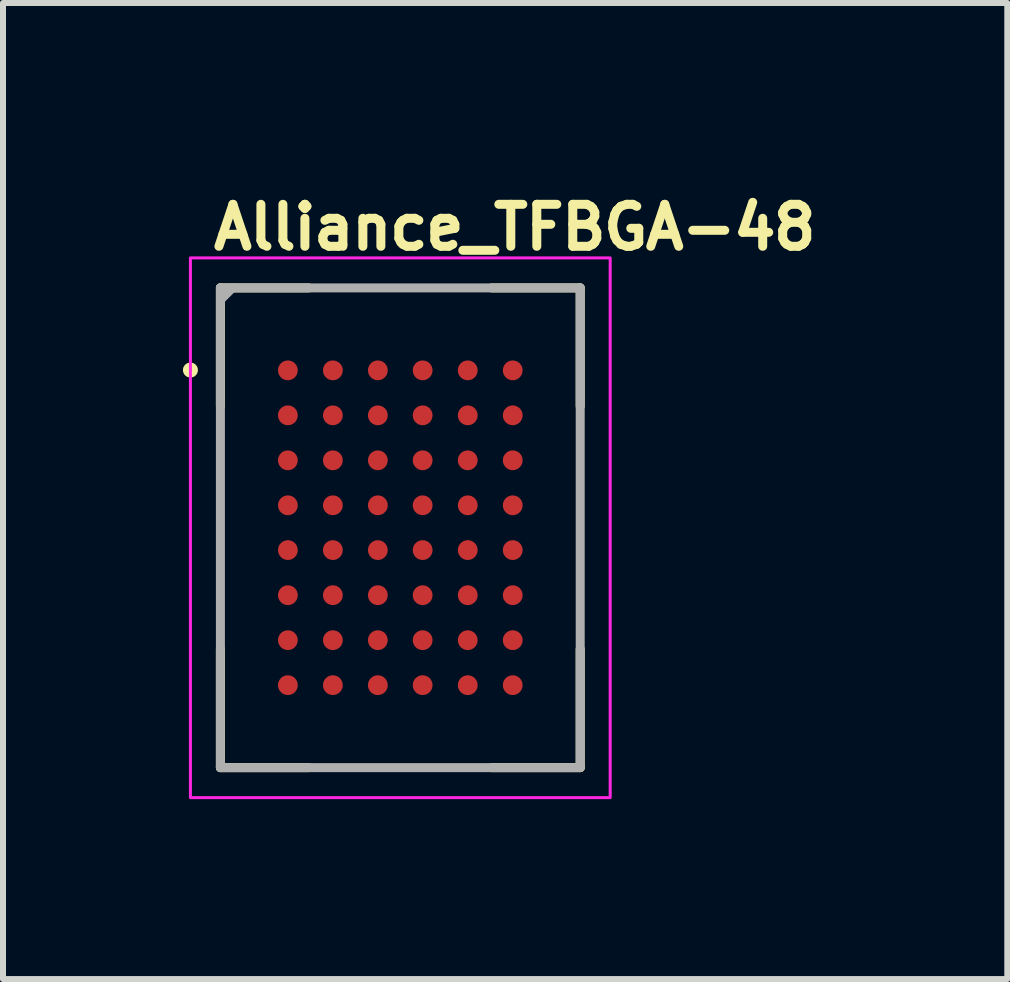
<source format=kicad_pcb>
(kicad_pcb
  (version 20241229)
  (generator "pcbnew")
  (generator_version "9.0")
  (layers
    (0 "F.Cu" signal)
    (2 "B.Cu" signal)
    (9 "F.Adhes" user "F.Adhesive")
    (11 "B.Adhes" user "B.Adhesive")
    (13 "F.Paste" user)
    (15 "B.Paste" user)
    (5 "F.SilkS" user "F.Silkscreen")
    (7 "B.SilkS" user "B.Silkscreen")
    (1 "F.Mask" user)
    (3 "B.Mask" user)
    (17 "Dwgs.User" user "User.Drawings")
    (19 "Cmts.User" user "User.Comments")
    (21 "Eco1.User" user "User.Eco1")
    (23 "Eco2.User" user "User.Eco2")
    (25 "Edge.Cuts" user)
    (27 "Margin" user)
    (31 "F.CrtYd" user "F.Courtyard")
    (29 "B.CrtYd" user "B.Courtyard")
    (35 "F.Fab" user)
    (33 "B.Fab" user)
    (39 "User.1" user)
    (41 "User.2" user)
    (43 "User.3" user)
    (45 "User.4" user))
  (footprint "Alliance_TFBGA-48"
    (layer "F.Cu")
    (at 3.625 5.75)
    (property "Reference" "Alliance_TFBGA-48" (at -3.19 -4.6 0) (layer "F.SilkS") (effects (font (size 0.7 0.7) (thickness 0.15)) (justify left bottom)))
    (attr smd)
    (fp_line (start -3 -4) (end -3 -2.025) (stroke (width 0.15) (type solid)) (layer "F.SilkS"))
    (fp_line (start -3 -4) (end -1.526 -4) (stroke (width 0.15) (type solid)) (layer "F.SilkS"))
    (fp_line (start -3 3.999) (end -3 2.023) (stroke (width 0.15) (type solid)) (layer "F.SilkS"))
    (fp_line (start -3 3.999) (end -1.526 3.999) (stroke (width 0.15) (type solid)) (layer "F.SilkS"))
    (fp_line (start 2.999 -4) (end 1.523 -4) (stroke (width 0.15) (type solid)) (layer "F.SilkS"))
    (fp_line (start 2.999 -4) (end 2.999 -2.025) (stroke (width 0.15) (type solid)) (layer "F.SilkS"))
    (fp_line (start 2.999 3.999) (end 1.523 3.999) (stroke (width 0.15) (type solid)) (layer "F.SilkS"))
    (fp_line (start 2.999 3.999) (end 2.999 2.023) (stroke (width 0.15) (type solid)) (layer "F.SilkS"))
    (fp_circle (center -3.5 -2.63) (end -3.45 -2.63) (stroke (width 0.15) (type solid)) (fill yes) (layer "F.SilkS"))
    (fp_rect (start -3.5 -4.5) (end 3.499 4.499) (stroke (width 0.05) (type solid)) (fill no) (layer "F.CrtYd"))
    (fp_line (start -3 -3.8) (end -2.8 -4) (stroke (width 0.15) (type solid)) (layer "F.Fab"))
    (fp_line (start -3 3.999) (end -3 -4) (stroke (width 0.15) (type solid)) (layer "F.Fab"))
    (fp_line (start 2.999 -4) (end -3 -4) (stroke (width 0.15) (type solid)) (layer "F.Fab"))
    (fp_line (start 2.999 3.999) (end -3 3.999) (stroke (width 0.15) (type solid)) (layer "F.Fab"))
    (fp_line (start 2.999 3.999) (end 2.999 -4) (stroke (width 0.15) (type solid)) (layer "F.Fab"))
    (fp_rect (start -3 -4) (end 2.999 3.999) (stroke (width 0.1) (type solid)) (fill no) (layer "User.5"))
    (fp_line (start -3 -3.963) (end -3 -3.962) (stroke (width 0.02) (type solid)) (layer "User.9"))
    (fp_line (start -3 -3.963) (end -3 -3.962) (stroke (width 0.02) (type solid)) (layer "User.9"))
    (fp_line (start -3 -3.962) (end -3 -3.959) (stroke (width 0.02) (type solid)) (layer "User.9"))
    (fp_line (start -3 -3.962) (end -3 -3.959) (stroke (width 0.02) (type solid)) (layer "User.9"))
    (fp_line (start -3 -3.959) (end -3 -3.956) (stroke (width 0.02) (type solid)) (layer "User.9"))
    (fp_line (start -3 -3.959) (end -3 -3.956) (stroke (width 0.02) (type solid)) (layer "User.9"))
    (fp_line (start -3 -3.956) (end -3 -3.954) (stroke (width 0.02) (type solid)) (layer "User.9"))
    (fp_line (start -3 -3.956) (end -3 -3.954) (stroke (width 0.02) (type solid)) (layer "User.9"))
    (fp_line (start -3 -3.954) (end -3 -3.951) (stroke (width 0.02) (type solid)) (layer "User.9"))
    (fp_line (start -3 -3.954) (end -3 -3.951) (stroke (width 0.02) (type solid)) (layer "User.9"))
    (fp_line (start -3 -3.951) (end -3 3.95) (stroke (width 0.02) (type solid)) (layer "User.9"))
    (fp_line (start -3 3.95) (end -3 -3.951) (stroke (width 0.02) (type solid)) (layer "User.9"))
    (fp_line (start -3 3.95) (end -3 3.951) (stroke (width 0.02) (type solid)) (layer "User.9"))
    (fp_line (start -3 3.951) (end -3 3.954) (stroke (width 0.02) (type solid)) (layer "User.9"))
    (fp_line (start -3 3.954) (end -3 3.957) (stroke (width 0.02) (type solid)) (layer "User.9"))
    (fp_line (start -3 3.957) (end -3 3.959) (stroke (width 0.02) (type solid)) (layer "User.9"))
    (fp_line (start -3 3.959) (end -3 3.962) (stroke (width 0.02) (type solid)) (layer "User.9"))
    (fp_line (start -3 3.962) (end -2.999 3.963) (stroke (width 0.02) (type solid)) (layer "User.9"))
    (fp_line (start -2.999 -3.966) (end -3 -3.963) (stroke (width 0.02) (type solid)) (layer "User.9"))
    (fp_line (start -2.999 -3.966) (end -3 -3.963) (stroke (width 0.02) (type solid)) (layer "User.9"))
    (fp_line (start -2.999 3.963) (end -2.997 3.966) (stroke (width 0.02) (type solid)) (layer "User.9"))
    (fp_line (start -2.997 -3.971) (end -2.997 -3.968) (stroke (width 0.02) (type solid)) (layer "User.9"))
    (fp_line (start -2.997 -3.971) (end -2.997 -3.968) (stroke (width 0.02) (type solid)) (layer "User.9"))
    (fp_line (start -2.997 -3.968) (end -2.999 -3.966) (stroke (width 0.02) (type solid)) (layer "User.9"))
    (fp_line (start -2.997 -3.968) (end -2.999 -3.966) (stroke (width 0.02) (type solid)) (layer "User.9"))
    (fp_line (start -2.997 3.966) (end -2.997 3.968) (stroke (width 0.02) (type solid)) (layer "User.9"))
    (fp_line (start -2.997 3.968) (end -2.996 3.971) (stroke (width 0.02) (type solid)) (layer "User.9"))
    (fp_line (start -2.996 -3.972) (end -2.997 -3.971) (stroke (width 0.02) (type solid)) (layer "User.9"))
    (fp_line (start -2.996 -3.972) (end -2.997 -3.971) (stroke (width 0.02) (type solid)) (layer "User.9"))
    (fp_line (start -2.996 3.971) (end -2.995 3.972) (stroke (width 0.02) (type solid)) (layer "User.9"))
    (fp_line (start -2.995 -3.975) (end -2.996 -3.972) (stroke (width 0.02) (type solid)) (layer "User.9"))
    (fp_line (start -2.995 -3.975) (end -2.996 -3.972) (stroke (width 0.02) (type solid)) (layer "User.9"))
    (fp_line (start -2.995 3.972) (end -2.993 3.975) (stroke (width 0.02) (type solid)) (layer "User.9"))
    (fp_line (start -2.993 -3.976) (end -2.995 -3.975) (stroke (width 0.02) (type solid)) (layer "User.9"))
    (fp_line (start -2.993 -3.976) (end -2.995 -3.975) (stroke (width 0.02) (type solid)) (layer "User.9"))
    (fp_line (start -2.993 3.975) (end -2.992 3.976) (stroke (width 0.02) (type solid)) (layer "User.9"))
    (fp_line (start -2.992 -3.98) (end -2.992 -3.979) (stroke (width 0.02) (type solid)) (layer "User.9"))
    (fp_line (start -2.992 -3.98) (end -2.992 -3.979) (stroke (width 0.02) (type solid)) (layer "User.9"))
    (fp_line (start -2.992 -3.979) (end -2.993 -3.976) (stroke (width 0.02) (type solid)) (layer "User.9"))
    (fp_line (start -2.992 -3.979) (end -2.993 -3.976) (stroke (width 0.02) (type solid)) (layer "User.9"))
    (fp_line (start -2.992 3.976) (end -2.992 3.979) (stroke (width 0.02) (type solid)) (layer "User.9"))
    (fp_line (start -2.992 3.979) (end -2.989 3.98) (stroke (width 0.02) (type solid)) (layer "User.9"))
    (fp_line (start -2.989 -3.983) (end -2.992 -3.98) (stroke (width 0.02) (type solid)) (layer "User.9"))
    (fp_line (start -2.989 -3.983) (end -2.992 -3.98) (stroke (width 0.02) (type solid)) (layer "User.9"))
    (fp_line (start -2.989 3.98) (end -2.988 3.983) (stroke (width 0.02) (type solid)) (layer "User.9"))
    (fp_line (start -2.988 -3.984) (end -2.989 -3.983) (stroke (width 0.02) (type solid)) (layer "User.9"))
    (fp_line (start -2.988 -3.984) (end -2.989 -3.983) (stroke (width 0.02) (type solid)) (layer "User.9"))
    (fp_line (start -2.988 3.983) (end -2.987 3.984) (stroke (width 0.02) (type solid)) (layer "User.9"))
    (fp_line (start -2.987 -3.987) (end -2.988 -3.984) (stroke (width 0.02) (type solid)) (layer "User.9"))
    (fp_line (start -2.987 -3.987) (end -2.988 -3.984) (stroke (width 0.02) (type solid)) (layer "User.9"))
    (fp_line (start -2.987 3.984) (end -2.984 3.987) (stroke (width 0.02) (type solid)) (layer "User.9"))
    (fp_line (start -2.984 -3.988) (end -2.987 -3.987) (stroke (width 0.02) (type solid)) (layer "User.9"))
    (fp_line (start -2.984 -3.988) (end -2.987 -3.987) (stroke (width 0.02) (type solid)) (layer "User.9"))
    (fp_line (start -2.984 3.987) (end -2.983 3.987) (stroke (width 0.02) (type solid)) (layer "User.9"))
    (fp_line (start -2.983 -3.989) (end -2.984 -3.988) (stroke (width 0.02) (type solid)) (layer "User.9"))
    (fp_line (start -2.983 -3.989) (end -2.984 -3.988) (stroke (width 0.02) (type solid)) (layer "User.9"))
    (fp_line (start -2.983 3.987) (end -2.98 3.99) (stroke (width 0.02) (type solid)) (layer "User.9"))
    (fp_line (start -2.98 -3.992) (end -2.983 -3.989) (stroke (width 0.02) (type solid)) (layer "User.9"))
    (fp_line (start -2.98 -3.992) (end -2.983 -3.989) (stroke (width 0.02) (type solid)) (layer "User.9"))
    (fp_line (start -2.98 3.99) (end -2.979 3.991) (stroke (width 0.02) (type solid)) (layer "User.9"))
    (fp_line (start -2.979 -3.992) (end -2.98 -3.992) (stroke (width 0.02) (type solid)) (layer "User.9"))
    (fp_line (start -2.979 -3.992) (end -2.98 -3.992) (stroke (width 0.02) (type solid)) (layer "User.9"))
    (fp_line (start -2.979 3.991) (end -2.976 3.991) (stroke (width 0.02) (type solid)) (layer "User.9"))
    (fp_line (start -2.976 -3.993) (end -2.979 -3.992) (stroke (width 0.02) (type solid)) (layer "User.9"))
    (fp_line (start -2.976 -3.993) (end -2.979 -3.992) (stroke (width 0.02) (type solid)) (layer "User.9"))
    (fp_line (start -2.976 3.991) (end -2.975 3.992) (stroke (width 0.02) (type solid)) (layer "User.9"))
    (fp_line (start -2.975 -3.995) (end -2.976 -3.993) (stroke (width 0.02) (type solid)) (layer "User.9"))
    (fp_line (start -2.975 -3.995) (end -2.976 -3.993) (stroke (width 0.02) (type solid)) (layer "User.9"))
    (fp_line (start -2.975 3.992) (end -2.972 3.995) (stroke (width 0.02) (type solid)) (layer "User.9"))
    (fp_line (start -2.972 -3.996) (end -2.975 -3.995) (stroke (width 0.02) (type solid)) (layer "User.9"))
    (fp_line (start -2.972 -3.996) (end -2.975 -3.995) (stroke (width 0.02) (type solid)) (layer "User.9"))
    (fp_line (start -2.972 3.995) (end -2.971 3.995) (stroke (width 0.02) (type solid)) (layer "User.9"))
    (fp_line (start -2.971 -3.997) (end -2.972 -3.996) (stroke (width 0.02) (type solid)) (layer "User.9"))
    (fp_line (start -2.971 -3.997) (end -2.972 -3.996) (stroke (width 0.02) (type solid)) (layer "User.9"))
    (fp_line (start -2.971 3.995) (end -2.968 3.995) (stroke (width 0.02) (type solid)) (layer "User.9"))
    (fp_line (start -2.968 -3.997) (end -2.971 -3.997) (stroke (width 0.02) (type solid)) (layer "User.9"))
    (fp_line (start -2.968 -3.997) (end -2.971 -3.997) (stroke (width 0.02) (type solid)) (layer "User.9"))
    (fp_line (start -2.968 3.995) (end -2.965 3.996) (stroke (width 0.02) (type solid)) (layer "User.9"))
    (fp_line (start -2.965 -3.999) (end -2.968 -3.997) (stroke (width 0.02) (type solid)) (layer "User.9"))
    (fp_line (start -2.965 -3.999) (end -2.968 -3.997) (stroke (width 0.02) (type solid)) (layer "User.9"))
    (fp_line (start -2.965 3.996) (end -2.964 3.998) (stroke (width 0.02) (type solid)) (layer "User.9"))
    (fp_line (start -2.964 -4) (end -2.965 -3.999) (stroke (width 0.02) (type solid)) (layer "User.9"))
    (fp_line (start -2.964 -4) (end -2.965 -3.999) (stroke (width 0.02) (type solid)) (layer "User.9"))
    (fp_line (start -2.964 3.998) (end -2.961 3.998) (stroke (width 0.02) (type solid)) (layer "User.9"))
    (fp_line (start -2.961 -4) (end -2.964 -4) (stroke (width 0.02) (type solid)) (layer "User.9"))
    (fp_line (start -2.961 -4) (end -2.964 -4) (stroke (width 0.02) (type solid)) (layer "User.9"))
    (fp_line (start -2.961 3.998) (end -2.959 3.999) (stroke (width 0.02) (type solid)) (layer "User.9"))
    (fp_line (start -2.959 -4) (end -2.961 -4) (stroke (width 0.02) (type solid)) (layer "User.9"))
    (fp_line (start -2.959 -4) (end -2.961 -4) (stroke (width 0.02) (type solid)) (layer "User.9"))
    (fp_line (start -2.959 3.999) (end -2.956 3.999) (stroke (width 0.02) (type solid)) (layer "User.9"))
    (fp_line (start -2.956 -4) (end -2.959 -4) (stroke (width 0.02) (type solid)) (layer "User.9"))
    (fp_line (start -2.956 -4) (end -2.959 -4) (stroke (width 0.02) (type solid)) (layer "User.9"))
    (fp_line (start -2.956 3.999) (end -2.953 3.999) (stroke (width 0.02) (type solid)) (layer "User.9"))
    (fp_line (start -2.953 -4) (end -2.956 -4) (stroke (width 0.02) (type solid)) (layer "User.9"))
    (fp_line (start -2.953 -4) (end -2.956 -4) (stroke (width 0.02) (type solid)) (layer "User.9"))
    (fp_line (start -2.953 3.999) (end -2.952 3.999) (stroke (width 0.02) (type solid)) (layer "User.9"))
    (fp_line (start -2.952 -4) (end -2.953 -4) (stroke (width 0.02) (type solid)) (layer "User.9"))
    (fp_line (start -2.952 -4) (end -2.953 -4) (stroke (width 0.02) (type solid)) (layer "User.9"))
    (fp_line (start -2.952 -4) (end 2.95 -4) (stroke (width 0.02) (type solid)) (layer "User.9"))
    (fp_line (start -2.301 -3.016) (end -2.299 -3.032) (stroke (width 0.02) (type solid)) (layer "User.9"))
    (fp_line (start -2.301 -3) (end -2.301 -3.016) (stroke (width 0.02) (type solid)) (layer "User.9"))
    (fp_line (start -2.301 -3) (end -2.301 -3) (stroke (width 0.02) (type solid)) (layer "User.9"))
    (fp_line (start -2.301 -2.985) (end -2.301 -3) (stroke (width 0.02) (type solid)) (layer "User.9"))
    (fp_line (start -2.299 -3.032) (end -2.298 -3.047) (stroke (width 0.02) (type solid)) (layer "User.9"))
    (fp_line (start -2.299 -2.971) (end -2.301 -2.985) (stroke (width 0.02) (type solid)) (layer "User.9"))
    (fp_line (start -2.298 -3.047) (end -2.294 -3.061) (stroke (width 0.02) (type solid)) (layer "User.9"))
    (fp_line (start -2.298 -2.956) (end -2.299 -2.971) (stroke (width 0.02) (type solid)) (layer "User.9"))
    (fp_line (start -2.294 -3.061) (end -2.291 -3.076) (stroke (width 0.02) (type solid)) (layer "User.9"))
    (fp_line (start -2.294 -2.94) (end -2.298 -2.956) (stroke (width 0.02) (type solid)) (layer "User.9"))
    (fp_line (start -2.291 -3.076) (end -2.287 -3.09) (stroke (width 0.02) (type solid)) (layer "User.9"))
    (fp_line (start -2.291 -2.927) (end -2.294 -2.94) (stroke (width 0.02) (type solid)) (layer "User.9"))
    (fp_line (start -2.287 -3.09) (end -2.282 -3.105) (stroke (width 0.02) (type solid)) (layer "User.9"))
    (fp_line (start -2.287 -2.911) (end -2.291 -2.927) (stroke (width 0.02) (type solid)) (layer "User.9"))
    (fp_line (start -2.282 -3.105) (end -2.278 -3.117) (stroke (width 0.02) (type solid)) (layer "User.9"))
    (fp_line (start -2.282 -2.898) (end -2.287 -2.911) (stroke (width 0.02) (type solid)) (layer "User.9"))
    (fp_line (start -2.278 -3.117) (end -2.271 -3.132) (stroke (width 0.02) (type solid)) (layer "User.9"))
    (fp_line (start -2.278 -2.884) (end -2.282 -2.898) (stroke (width 0.02) (type solid)) (layer "User.9"))
    (fp_line (start -2.271 -3.132) (end -2.265 -3.144) (stroke (width 0.02) (type solid)) (layer "User.9"))
    (fp_line (start -2.271 -2.871) (end -2.278 -2.884) (stroke (width 0.02) (type solid)) (layer "User.9"))
    (fp_line (start -2.265 -3.144) (end -2.258 -3.157) (stroke (width 0.02) (type solid)) (layer "User.9"))
    (fp_line (start -2.265 -2.859) (end -2.271 -2.871) (stroke (width 0.02) (type solid)) (layer "User.9"))
    (fp_line (start -2.258 -3.157) (end -2.25 -3.169) (stroke (width 0.02) (type solid)) (layer "User.9"))
    (fp_line (start -2.258 -2.846) (end -2.265 -2.859) (stroke (width 0.02) (type solid)) (layer "User.9"))
    (fp_line (start -2.25 -3.169) (end -2.242 -3.181) (stroke (width 0.02) (type solid)) (layer "User.9"))
    (fp_line (start -2.25 -3.017) (end -2.25 -3) (stroke (width 0.02) (type solid)) (layer "User.9"))
    (fp_line (start -2.25 -3) (end -2.25 -2.984) (stroke (width 0.02) (type solid)) (layer "User.9"))
    (fp_line (start -2.25 -2.984) (end -2.249 -2.968) (stroke (width 0.02) (type solid)) (layer "User.9"))
    (fp_line (start -2.25 -2.834) (end -2.258 -2.846) (stroke (width 0.02) (type solid)) (layer "User.9"))
    (fp_line (start -2.249 -3.033) (end -2.25 -3.017) (stroke (width 0.02) (type solid)) (layer "User.9"))
    (fp_line (start -2.249 -2.968) (end -2.246 -2.952) (stroke (width 0.02) (type solid)) (layer "User.9"))
    (fp_line (start -2.246 -3.049) (end -2.249 -3.033) (stroke (width 0.02) (type solid)) (layer "User.9"))
    (fp_line (start -2.246 -2.952) (end -2.242 -2.936) (stroke (width 0.02) (type solid)) (layer "User.9"))
    (fp_line (start -2.242 -3.181) (end -2.233 -3.192) (stroke (width 0.02) (type solid)) (layer "User.9"))
    (fp_line (start -2.242 -3.065) (end -2.246 -3.049) (stroke (width 0.02) (type solid)) (layer "User.9"))
    (fp_line (start -2.242 -2.936) (end -2.238 -2.922) (stroke (width 0.02) (type solid)) (layer "User.9"))
    (fp_line (start -2.242 -2.822) (end -2.25 -2.834) (stroke (width 0.02) (type solid)) (layer "User.9"))
    (fp_line (start -2.238 -3.081) (end -2.242 -3.065) (stroke (width 0.02) (type solid)) (layer "User.9"))
    (fp_line (start -2.238 -2.922) (end -2.233 -2.906) (stroke (width 0.02) (type solid)) (layer "User.9"))
    (fp_line (start -2.233 -3.192) (end -2.222 -3.202) (stroke (width 0.02) (type solid)) (layer "User.9"))
    (fp_line (start -2.233 -3.097) (end -2.238 -3.081) (stroke (width 0.02) (type solid)) (layer "User.9"))
    (fp_line (start -2.233 -2.906) (end -2.226 -2.891) (stroke (width 0.02) (type solid)) (layer "User.9"))
    (fp_line (start -2.233 -2.81) (end -2.242 -2.822) (stroke (width 0.02) (type solid)) (layer "User.9"))
    (fp_line (start -2.226 -3.112) (end -2.233 -3.097) (stroke (width 0.02) (type solid)) (layer "User.9"))
    (fp_line (start -2.226 -2.891) (end -2.218 -2.875) (stroke (width 0.02) (type solid)) (layer "User.9"))
    (fp_line (start -2.222 -3.202) (end -2.214 -3.214) (stroke (width 0.02) (type solid)) (layer "User.9"))
    (fp_line (start -2.222 -2.799) (end -2.233 -2.81) (stroke (width 0.02) (type solid)) (layer "User.9"))
    (fp_line (start -2.218 -3.125) (end -2.226 -3.112) (stroke (width 0.02) (type solid)) (layer "User.9"))
    (fp_line (start -2.218 -3.125) (end -2.218 -3.125) (stroke (width 0.02) (type solid)) (layer "User.9"))
    (fp_line (start -2.218 -2.875) (end -2.218 -2.875) (stroke (width 0.02) (type solid)) (layer "User.9"))
    (fp_line (start -2.218 -2.875) (end -2.214 -2.868) (stroke (width 0.02) (type solid)) (layer "User.9"))
    (fp_line (start -2.214 -3.214) (end -2.202 -3.223) (stroke (width 0.02) (type solid)) (layer "User.9"))
    (fp_line (start -2.214 -2.868) (end -2.209 -2.862) (stroke (width 0.02) (type solid)) (layer "User.9"))
    (fp_line (start -2.214 -2.789) (end -2.222 -2.799) (stroke (width 0.02) (type solid)) (layer "User.9"))
    (fp_line (start -2.209 -3.141) (end -2.218 -3.125) (stroke (width 0.02) (type solid)) (layer "User.9"))
    (fp_line (start -2.209 -2.862) (end -2.203 -2.855) (stroke (width 0.02) (type solid)) (layer "User.9"))
    (fp_line (start -2.203 -2.855) (end -2.199 -2.848) (stroke (width 0.02) (type solid)) (layer "User.9"))
    (fp_line (start -2.202 -3.223) (end -2.191 -3.233) (stroke (width 0.02) (type solid)) (layer "User.9"))
    (fp_line (start -2.202 -2.778) (end -2.214 -2.789) (stroke (width 0.02) (type solid)) (layer "User.9"))
    (fp_line (start -2.199 -3.153) (end -2.209 -3.141) (stroke (width 0.02) (type solid)) (layer "User.9"))
    (fp_line (start -2.199 -2.848) (end -2.194 -2.842) (stroke (width 0.02) (type solid)) (layer "User.9"))
    (fp_line (start -2.194 -2.842) (end -2.189 -2.835) (stroke (width 0.02) (type solid)) (layer "User.9"))
    (fp_line (start -2.191 -3.233) (end -2.181 -3.242) (stroke (width 0.02) (type solid)) (layer "User.9"))
    (fp_line (start -2.191 -2.77) (end -2.202 -2.778) (stroke (width 0.02) (type solid)) (layer "User.9"))
    (fp_line (start -2.189 -3.166) (end -2.199 -3.153) (stroke (width 0.02) (type solid)) (layer "User.9"))
    (fp_line (start -2.189 -2.835) (end -2.183 -2.83) (stroke (width 0.02) (type solid)) (layer "User.9"))
    (fp_line (start -2.183 -2.83) (end -2.178 -2.823) (stroke (width 0.02) (type solid)) (layer "User.9"))
    (fp_line (start -2.181 -3.242) (end -2.169 -3.25) (stroke (width 0.02) (type solid)) (layer "User.9"))
    (fp_line (start -2.181 -2.761) (end -2.191 -2.77) (stroke (width 0.02) (type solid)) (layer "User.9"))
    (fp_line (start -2.178 -3.178) (end -2.189 -3.166) (stroke (width 0.02) (type solid)) (layer "User.9"))
    (fp_line (start -2.178 -2.823) (end -2.172 -2.819) (stroke (width 0.02) (type solid)) (layer "User.9"))
    (fp_line (start -2.172 -2.819) (end -2.165 -2.813) (stroke (width 0.02) (type solid)) (layer "User.9"))
    (fp_line (start -2.169 -3.25) (end -2.157 -3.258) (stroke (width 0.02) (type solid)) (layer "User.9"))
    (fp_line (start -2.169 -2.753) (end -2.181 -2.761) (stroke (width 0.02) (type solid)) (layer "User.9"))
    (fp_line (start -2.165 -3.189) (end -2.178 -3.178) (stroke (width 0.02) (type solid)) (layer "User.9"))
    (fp_line (start -2.165 -2.813) (end -2.16 -2.807) (stroke (width 0.02) (type solid)) (layer "User.9"))
    (fp_line (start -2.16 -2.807) (end -2.153 -2.802) (stroke (width 0.02) (type solid)) (layer "User.9"))
    (fp_line (start -2.157 -3.258) (end -2.144 -3.265) (stroke (width 0.02) (type solid)) (layer "User.9"))
    (fp_line (start -2.157 -2.745) (end -2.169 -2.753) (stroke (width 0.02) (type solid)) (layer "User.9"))
    (fp_line (start -2.153 -3.2) (end -2.165 -3.189) (stroke (width 0.02) (type solid)) (layer "User.9"))
    (fp_line (start -2.153 -2.802) (end -2.146 -2.798) (stroke (width 0.02) (type solid)) (layer "User.9"))
    (fp_line (start -2.146 -2.798) (end -2.14 -2.794) (stroke (width 0.02) (type solid)) (layer "User.9"))
    (fp_line (start -2.144 -3.265) (end -2.132 -3.271) (stroke (width 0.02) (type solid)) (layer "User.9"))
    (fp_line (start -2.144 -2.738) (end -2.157 -2.745) (stroke (width 0.02) (type solid)) (layer "User.9"))
    (fp_line (start -2.14 -3.209) (end -2.153 -3.2) (stroke (width 0.02) (type solid)) (layer "User.9"))
    (fp_line (start -2.14 -2.794) (end -2.133 -2.789) (stroke (width 0.02) (type solid)) (layer "User.9"))
    (fp_line (start -2.133 -2.789) (end -2.125 -2.785) (stroke (width 0.02) (type solid)) (layer "User.9"))
    (fp_line (start -2.132 -3.271) (end -2.117 -3.278) (stroke (width 0.02) (type solid)) (layer "User.9"))
    (fp_line (start -2.132 -2.73) (end -2.144 -2.738) (stroke (width 0.02) (type solid)) (layer "User.9"))
    (fp_line (start -2.125 -3.218) (end -2.14 -3.209) (stroke (width 0.02) (type solid)) (layer "User.9"))
    (fp_line (start -2.125 -2.785) (end -2.118 -2.781) (stroke (width 0.02) (type solid)) (layer "User.9"))
    (fp_line (start -2.118 -2.781) (end -2.112 -2.777) (stroke (width 0.02) (type solid)) (layer "User.9"))
    (fp_line (start -2.117 -3.278) (end -2.105 -3.282) (stroke (width 0.02) (type solid)) (layer "User.9"))
    (fp_line (start -2.117 -2.725) (end -2.132 -2.73) (stroke (width 0.02) (type solid)) (layer "User.9"))
    (fp_line (start -2.112 -3.226) (end -2.125 -3.218) (stroke (width 0.02) (type solid)) (layer "User.9"))
    (fp_line (start -2.112 -2.777) (end -2.105 -2.774) (stroke (width 0.02) (type solid)) (layer "User.9"))
    (fp_line (start -2.105 -3.282) (end -2.09 -3.287) (stroke (width 0.02) (type solid)) (layer "User.9"))
    (fp_line (start -2.105 -2.774) (end -2.097 -2.77) (stroke (width 0.02) (type solid)) (layer "User.9"))
    (fp_line (start -2.105 -2.719) (end -2.117 -2.725) (stroke (width 0.02) (type solid)) (layer "User.9"))
    (fp_line (start -2.097 -3.231) (end -2.112 -3.226) (stroke (width 0.02) (type solid)) (layer "User.9"))
    (fp_line (start -2.097 -2.77) (end -2.089 -2.767) (stroke (width 0.02) (type solid)) (layer "User.9"))
    (fp_line (start -2.09 -3.287) (end -2.076 -3.291) (stroke (width 0.02) (type solid)) (layer "User.9"))
    (fp_line (start -2.09 -2.714) (end -2.105 -2.719) (stroke (width 0.02) (type solid)) (layer "User.9"))
    (fp_line (start -2.089 -2.767) (end -2.081 -2.765) (stroke (width 0.02) (type solid)) (layer "User.9"))
    (fp_line (start -2.081 -3.238) (end -2.097 -3.231) (stroke (width 0.02) (type solid)) (layer "User.9"))
    (fp_line (start -2.081 -2.765) (end -2.074 -2.762) (stroke (width 0.02) (type solid)) (layer "User.9"))
    (fp_line (start -2.076 -3.291) (end -2.061 -3.294) (stroke (width 0.02) (type solid)) (layer "User.9"))
    (fp_line (start -2.076 -2.71) (end -2.09 -2.714) (stroke (width 0.02) (type solid)) (layer "User.9"))
    (fp_line (start -2.074 -2.762) (end -2.066 -2.759) (stroke (width 0.02) (type solid)) (layer "User.9"))
    (fp_line (start -2.066 -3.242) (end -2.081 -3.238) (stroke (width 0.02) (type solid)) (layer "User.9"))
    (fp_line (start -2.066 -2.759) (end -2.058 -2.758) (stroke (width 0.02) (type solid)) (layer "User.9"))
    (fp_line (start -2.061 -3.294) (end -2.047 -3.298) (stroke (width 0.02) (type solid)) (layer "User.9"))
    (fp_line (start -2.061 -2.707) (end -2.076 -2.71) (stroke (width 0.02) (type solid)) (layer "User.9"))
    (fp_line (start -2.058 -2.758) (end -2.05 -2.755) (stroke (width 0.02) (type solid)) (layer "User.9"))
    (fp_line (start -2.05 -3.246) (end -2.066 -3.242) (stroke (width 0.02) (type solid)) (layer "User.9"))
    (fp_line (start -2.05 -2.755) (end -2.043 -2.754) (stroke (width 0.02) (type solid)) (layer "User.9"))
    (fp_line (start -2.047 -3.298) (end -2.032 -3.299) (stroke (width 0.02) (type solid)) (layer "User.9"))
    (fp_line (start -2.047 -2.705) (end -2.061 -2.707) (stroke (width 0.02) (type solid)) (layer "User.9"))
    (fp_line (start -2.043 -2.754) (end -2.035 -2.754) (stroke (width 0.02) (type solid)) (layer "User.9"))
    (fp_line (start -2.035 -3.249) (end -2.05 -3.246) (stroke (width 0.02) (type solid)) (layer "User.9"))
    (fp_line (start -2.035 -2.754) (end -2.025 -2.753) (stroke (width 0.02) (type solid)) (layer "User.9"))
    (fp_line (start -2.032 -3.299) (end -2.016 -3.301) (stroke (width 0.02) (type solid)) (layer "User.9"))
    (fp_line (start -2.032 -2.702) (end -2.047 -2.705) (stroke (width 0.02) (type solid)) (layer "User.9"))
    (fp_line (start -2.025 -2.753) (end -2.017 -2.751) (stroke (width 0.02) (type solid)) (layer "User.9"))
    (fp_line (start -2.017 -3.25) (end -2.035 -3.249) (stroke (width 0.02) (type solid)) (layer "User.9"))
    (fp_line (start -2.017 -2.751) (end -2.009 -2.751) (stroke (width 0.02) (type solid)) (layer "User.9"))
    (fp_line (start -2.016 -3.301) (end -2.001 -3.301) (stroke (width 0.02) (type solid)) (layer "User.9"))
    (fp_line (start -2.016 -2.702) (end -2.032 -2.702) (stroke (width 0.02) (type solid)) (layer "User.9"))
    (fp_line (start -2.009 -2.751) (end -2 -2.75) (stroke (width 0.02) (type solid)) (layer "User.9"))
    (fp_line (start -2 -3.301) (end -1.986 -3.301) (stroke (width 0.02) (type solid)) (layer "User.9"))
    (fp_line (start -2 -3.25) (end -2.017 -3.25) (stroke (width 0.02) (type solid)) (layer "User.9"))
    (fp_line (start -2 -2.75) (end -1.984 -2.751) (stroke (width 0.02) (type solid)) (layer "User.9"))
    (fp_line (start -2 -2.702) (end -2.016 -2.702) (stroke (width 0.02) (type solid)) (layer "User.9"))
    (fp_line (start -1.992 -3.25) (end -2 -3.25) (stroke (width 0.02) (type solid)) (layer "User.9"))
    (fp_line (start -1.986 -3.301) (end -1.97 -3.299) (stroke (width 0.02) (type solid)) (layer "User.9"))
    (fp_line (start -1.986 -2.702) (end -2 -2.702) (stroke (width 0.02) (type solid)) (layer "User.9"))
    (fp_line (start -1.984 -3.25) (end -1.992 -3.25) (stroke (width 0.02) (type solid)) (layer "User.9"))
    (fp_line (start -1.984 -2.751) (end -1.968 -2.754) (stroke (width 0.02) (type solid)) (layer "User.9"))
    (fp_line (start -1.976 -3.25) (end -1.984 -3.25) (stroke (width 0.02) (type solid)) (layer "User.9"))
    (fp_line (start -1.97 -3.299) (end -1.956 -3.298) (stroke (width 0.02) (type solid)) (layer "User.9"))
    (fp_line (start -1.97 -2.702) (end -1.986 -2.702) (stroke (width 0.02) (type solid)) (layer "User.9"))
    (fp_line (start -1.968 -3.249) (end -1.976 -3.25) (stroke (width 0.02) (type solid)) (layer "User.9"))
    (fp_line (start -1.968 -2.754) (end -1.952 -2.755) (stroke (width 0.02) (type solid)) (layer "User.9"))
    (fp_line (start -1.96 -3.247) (end -1.968 -3.249) (stroke (width 0.02) (type solid)) (layer "User.9"))
    (fp_line (start -1.956 -3.298) (end -1.94 -3.294) (stroke (width 0.02) (type solid)) (layer "User.9"))
    (fp_line (start -1.956 -2.705) (end -1.97 -2.702) (stroke (width 0.02) (type solid)) (layer "User.9"))
    (fp_line (start -1.952 -3.246) (end -1.96 -3.247) (stroke (width 0.02) (type solid)) (layer "User.9"))
    (fp_line (start -1.952 -2.755) (end -1.936 -2.759) (stroke (width 0.02) (type solid)) (layer "User.9"))
    (fp_line (start -1.944 -3.245) (end -1.952 -3.246) (stroke (width 0.02) (type solid)) (layer "User.9"))
    (fp_line (start -1.94 -3.294) (end -1.926 -3.291) (stroke (width 0.02) (type solid)) (layer "User.9"))
    (fp_line (start -1.94 -2.707) (end -1.956 -2.705) (stroke (width 0.02) (type solid)) (layer "User.9"))
    (fp_line (start -1.936 -3.242) (end -1.944 -3.245) (stroke (width 0.02) (type solid)) (layer "User.9"))
    (fp_line (start -1.936 -2.759) (end -1.92 -2.765) (stroke (width 0.02) (type solid)) (layer "User.9"))
    (fp_line (start -1.928 -3.241) (end -1.936 -3.242) (stroke (width 0.02) (type solid)) (layer "User.9"))
    (fp_line (start -1.926 -3.291) (end -1.911 -3.287) (stroke (width 0.02) (type solid)) (layer "User.9"))
    (fp_line (start -1.926 -2.71) (end -1.94 -2.707) (stroke (width 0.02) (type solid)) (layer "User.9"))
    (fp_line (start -1.92 -3.238) (end -1.928 -3.241) (stroke (width 0.02) (type solid)) (layer "User.9"))
    (fp_line (start -1.92 -2.765) (end -1.905 -2.77) (stroke (width 0.02) (type solid)) (layer "User.9"))
    (fp_line (start -1.913 -3.234) (end -1.92 -3.238) (stroke (width 0.02) (type solid)) (layer "User.9"))
    (fp_line (start -1.911 -3.287) (end -1.897 -3.282) (stroke (width 0.02) (type solid)) (layer "User.9"))
    (fp_line (start -1.911 -2.714) (end -1.926 -2.71) (stroke (width 0.02) (type solid)) (layer "User.9"))
    (fp_line (start -1.905 -3.231) (end -1.913 -3.234) (stroke (width 0.02) (type solid)) (layer "User.9"))
    (fp_line (start -1.905 -2.77) (end -1.891 -2.777) (stroke (width 0.02) (type solid)) (layer "User.9"))
    (fp_line (start -1.897 -3.282) (end -1.885 -3.278) (stroke (width 0.02) (type solid)) (layer "User.9"))
    (fp_line (start -1.897 -3.229) (end -1.905 -3.231) (stroke (width 0.02) (type solid)) (layer "User.9"))
    (fp_line (start -1.897 -2.719) (end -1.911 -2.714) (stroke (width 0.02) (type solid)) (layer "User.9"))
    (fp_line (start -1.891 -3.226) (end -1.897 -3.229) (stroke (width 0.02) (type solid)) (layer "User.9"))
    (fp_line (start -1.891 -2.777) (end -1.875 -2.785) (stroke (width 0.02) (type solid)) (layer "User.9"))
    (fp_line (start -1.885 -3.278) (end -1.871 -3.271) (stroke (width 0.02) (type solid)) (layer "User.9"))
    (fp_line (start -1.885 -2.725) (end -1.897 -2.719) (stroke (width 0.02) (type solid)) (layer "User.9"))
    (fp_line (start -1.883 -3.222) (end -1.891 -3.226) (stroke (width 0.02) (type solid)) (layer "User.9"))
    (fp_line (start -1.875 -3.218) (end -1.883 -3.222) (stroke (width 0.02) (type solid)) (layer "User.9"))
    (fp_line (start -1.875 -2.785) (end -1.863 -2.794) (stroke (width 0.02) (type solid)) (layer "User.9"))
    (fp_line (start -1.871 -3.271) (end -1.859 -3.265) (stroke (width 0.02) (type solid)) (layer "User.9"))
    (fp_line (start -1.871 -2.73) (end -1.885 -2.725) (stroke (width 0.02) (type solid)) (layer "User.9"))
    (fp_line (start -1.869 -3.214) (end -1.875 -3.218) (stroke (width 0.02) (type solid)) (layer "User.9"))
    (fp_line (start -1.863 -3.209) (end -1.869 -3.214) (stroke (width 0.02) (type solid)) (layer "User.9"))
    (fp_line (start -1.863 -2.794) (end -1.849 -2.802) (stroke (width 0.02) (type solid)) (layer "User.9"))
    (fp_line (start -1.859 -3.265) (end -1.845 -3.258) (stroke (width 0.02) (type solid)) (layer "User.9"))
    (fp_line (start -1.859 -2.738) (end -1.871 -2.73) (stroke (width 0.02) (type solid)) (layer "User.9"))
    (fp_line (start -1.855 -3.205) (end -1.863 -3.209) (stroke (width 0.02) (type solid)) (layer "User.9"))
    (fp_line (start -1.849 -3.2) (end -1.855 -3.205) (stroke (width 0.02) (type solid)) (layer "User.9"))
    (fp_line (start -1.849 -2.802) (end -1.837 -2.813) (stroke (width 0.02) (type solid)) (layer "User.9"))
    (fp_line (start -1.845 -3.258) (end -1.833 -3.25) (stroke (width 0.02) (type solid)) (layer "User.9"))
    (fp_line (start -1.845 -2.745) (end -1.859 -2.738) (stroke (width 0.02) (type solid)) (layer "User.9"))
    (fp_line (start -1.843 -3.194) (end -1.849 -3.2) (stroke (width 0.02) (type solid)) (layer "User.9"))
    (fp_line (start -1.837 -3.189) (end -1.843 -3.194) (stroke (width 0.02) (type solid)) (layer "User.9"))
    (fp_line (start -1.837 -2.813) (end -1.825 -2.823) (stroke (width 0.02) (type solid)) (layer "User.9"))
    (fp_line (start -1.833 -3.25) (end -1.821 -3.242) (stroke (width 0.02) (type solid)) (layer "User.9"))
    (fp_line (start -1.833 -2.753) (end -1.845 -2.745) (stroke (width 0.02) (type solid)) (layer "User.9"))
    (fp_line (start -1.831 -3.184) (end -1.837 -3.189) (stroke (width 0.02) (type solid)) (layer "User.9"))
    (fp_line (start -1.825 -3.178) (end -1.831 -3.184) (stroke (width 0.02) (type solid)) (layer "User.9"))
    (fp_line (start -1.825 -2.823) (end -1.813 -2.835) (stroke (width 0.02) (type solid)) (layer "User.9"))
    (fp_line (start -1.821 -3.242) (end -1.811 -3.233) (stroke (width 0.02) (type solid)) (layer "User.9"))
    (fp_line (start -1.821 -2.761) (end -1.833 -2.753) (stroke (width 0.02) (type solid)) (layer "User.9"))
    (fp_line (start -1.819 -3.173) (end -1.825 -3.178) (stroke (width 0.02) (type solid)) (layer "User.9"))
    (fp_line (start -1.813 -3.166) (end -1.819 -3.173) (stroke (width 0.02) (type solid)) (layer "User.9"))
    (fp_line (start -1.813 -2.835) (end -1.803 -2.848) (stroke (width 0.02) (type solid)) (layer "User.9"))
    (fp_line (start -1.811 -3.233) (end -1.799 -3.223) (stroke (width 0.02) (type solid)) (layer "User.9"))
    (fp_line (start -1.811 -2.77) (end -1.821 -2.761) (stroke (width 0.02) (type solid)) (layer "User.9"))
    (fp_line (start -1.809 -3.161) (end -1.813 -3.166) (stroke (width 0.02) (type solid)) (layer "User.9"))
    (fp_line (start -1.803 -3.153) (end -1.809 -3.161) (stroke (width 0.02) (type solid)) (layer "User.9"))
    (fp_line (start -1.803 -2.848) (end -1.793 -2.862) (stroke (width 0.02) (type solid)) (layer "User.9"))
    (fp_line (start -1.799 -3.223) (end -1.788 -3.214) (stroke (width 0.02) (type solid)) (layer "User.9"))
    (fp_line (start -1.799 -3.146) (end -1.803 -3.153) (stroke (width 0.02) (type solid)) (layer "User.9"))
    (fp_line (start -1.799 -2.778) (end -1.811 -2.77) (stroke (width 0.02) (type solid)) (layer "User.9"))
    (fp_line (start -1.793 -3.141) (end -1.799 -3.146) (stroke (width 0.02) (type solid)) (layer "User.9"))
    (fp_line (start -1.793 -2.862) (end -1.784 -2.875) (stroke (width 0.02) (type solid)) (layer "User.9"))
    (fp_line (start -1.788 -3.214) (end -1.78 -3.202) (stroke (width 0.02) (type solid)) (layer "User.9"))
    (fp_line (start -1.788 -3.133) (end -1.793 -3.141) (stroke (width 0.02) (type solid)) (layer "User.9"))
    (fp_line (start -1.788 -2.789) (end -1.799 -2.778) (stroke (width 0.02) (type solid)) (layer "User.9"))
    (fp_line (start -1.784 -3.125) (end -1.788 -3.133) (stroke (width 0.02) (type solid)) (layer "User.9"))
    (fp_line (start -1.784 -3.125) (end -1.784 -3.125) (stroke (width 0.02) (type solid)) (layer "User.9"))
    (fp_line (start -1.784 -2.875) (end -1.784 -2.875) (stroke (width 0.02) (type solid)) (layer "User.9"))
    (fp_line (start -1.784 -2.875) (end -1.776 -2.891) (stroke (width 0.02) (type solid)) (layer "User.9"))
    (fp_line (start -1.78 -3.202) (end -1.77 -3.192) (stroke (width 0.02) (type solid)) (layer "User.9"))
    (fp_line (start -1.78 -2.799) (end -1.788 -2.789) (stroke (width 0.02) (type solid)) (layer "User.9"))
    (fp_line (start -1.776 -3.112) (end -1.784 -3.125) (stroke (width 0.02) (type solid)) (layer "User.9"))
    (fp_line (start -1.776 -2.891) (end -1.77 -2.906) (stroke (width 0.02) (type solid)) (layer "User.9"))
    (fp_line (start -1.77 -3.192) (end -1.76 -3.181) (stroke (width 0.02) (type solid)) (layer "User.9"))
    (fp_line (start -1.77 -3.097) (end -1.776 -3.112) (stroke (width 0.02) (type solid)) (layer "User.9"))
    (fp_line (start -1.77 -2.906) (end -1.764 -2.922) (stroke (width 0.02) (type solid)) (layer "User.9"))
    (fp_line (start -1.77 -2.81) (end -1.78 -2.799) (stroke (width 0.02) (type solid)) (layer "User.9"))
    (fp_line (start -1.764 -3.081) (end -1.77 -3.097) (stroke (width 0.02) (type solid)) (layer "User.9"))
    (fp_line (start -1.764 -2.922) (end -1.76 -2.936) (stroke (width 0.02) (type solid)) (layer "User.9"))
    (fp_line (start -1.76 -3.181) (end -1.752 -3.169) (stroke (width 0.02) (type solid)) (layer "User.9"))
    (fp_line (start -1.76 -3.065) (end -1.764 -3.081) (stroke (width 0.02) (type solid)) (layer "User.9"))
    (fp_line (start -1.76 -2.936) (end -1.756 -2.952) (stroke (width 0.02) (type solid)) (layer "User.9"))
    (fp_line (start -1.76 -2.822) (end -1.77 -2.81) (stroke (width 0.02) (type solid)) (layer "User.9"))
    (fp_line (start -1.756 -3.049) (end -1.76 -3.065) (stroke (width 0.02) (type solid)) (layer "User.9"))
    (fp_line (start -1.756 -2.952) (end -1.754 -2.968) (stroke (width 0.02) (type solid)) (layer "User.9"))
    (fp_line (start -1.754 -3.033) (end -1.756 -3.049) (stroke (width 0.02) (type solid)) (layer "User.9"))
    (fp_line (start -1.754 -2.968) (end -1.752 -2.984) (stroke (width 0.02) (type solid)) (layer "User.9"))
    (fp_line (start -1.752 -3.169) (end -1.744 -3.157) (stroke (width 0.02) (type solid)) (layer "User.9"))
    (fp_line (start -1.752 -3.017) (end -1.754 -3.033) (stroke (width 0.02) (type solid)) (layer "User.9"))
    (fp_line (start -1.752 -2.984) (end -1.75 -3) (stroke (width 0.02) (type solid)) (layer "User.9"))
    (fp_line (start -1.752 -2.834) (end -1.76 -2.822) (stroke (width 0.02) (type solid)) (layer "User.9"))
    (fp_line (start -1.75 -3) (end -1.752 -3.017) (stroke (width 0.02) (type solid)) (layer "User.9"))
    (fp_line (start -1.744 -3.157) (end -1.738 -3.144) (stroke (width 0.02) (type solid)) (layer "User.9"))
    (fp_line (start -1.744 -2.846) (end -1.752 -2.834) (stroke (width 0.02) (type solid)) (layer "User.9"))
    (fp_line (start -1.738 -3.144) (end -1.73 -3.132) (stroke (width 0.02) (type solid)) (layer "User.9"))
    (fp_line (start -1.738 -2.859) (end -1.744 -2.846) (stroke (width 0.02) (type solid)) (layer "User.9"))
    (fp_line (start -1.73 -3.132) (end -1.724 -3.117) (stroke (width 0.02) (type solid)) (layer "User.9"))
    (fp_line (start -1.73 -2.871) (end -1.738 -2.859) (stroke (width 0.02) (type solid)) (layer "User.9"))
    (fp_line (start -1.724 -3.117) (end -1.72 -3.105) (stroke (width 0.02) (type solid)) (layer "User.9"))
    (fp_line (start -1.724 -2.884) (end -1.73 -2.871) (stroke (width 0.02) (type solid)) (layer "User.9"))
    (fp_line (start -1.72 -3.105) (end -1.714 -3.09) (stroke (width 0.02) (type solid)) (layer "User.9"))
    (fp_line (start -1.72 -2.898) (end -1.724 -2.884) (stroke (width 0.02) (type solid)) (layer "User.9"))
    (fp_line (start -1.714 -3.09) (end -1.71 -3.076) (stroke (width 0.02) (type solid)) (layer "User.9"))
    (fp_line (start -1.714 -2.911) (end -1.72 -2.898) (stroke (width 0.02) (type solid)) (layer "User.9"))
    (fp_line (start -1.71 -3.076) (end -1.708 -3.061) (stroke (width 0.02) (type solid)) (layer "User.9"))
    (fp_line (start -1.71 -2.927) (end -1.714 -2.911) (stroke (width 0.02) (type solid)) (layer "User.9"))
    (fp_line (start -1.708 -3.061) (end -1.704 -3.047) (stroke (width 0.02) (type solid)) (layer "User.9"))
    (fp_line (start -1.708 -2.94) (end -1.71 -2.927) (stroke (width 0.02) (type solid)) (layer "User.9"))
    (fp_line (start -1.704 -3.047) (end -1.702 -3.032) (stroke (width 0.02) (type solid)) (layer "User.9"))
    (fp_line (start -1.704 -2.956) (end -1.708 -2.94) (stroke (width 0.02) (type solid)) (layer "User.9"))
    (fp_line (start -1.702 -3.032) (end -1.702 -3.016) (stroke (width 0.02) (type solid)) (layer "User.9"))
    (fp_line (start -1.702 -3.016) (end -1.702 -3.001) (stroke (width 0.02) (type solid)) (layer "User.9"))
    (fp_line (start -1.702 -3.001) (end -1.702 -3.001) (stroke (width 0.02) (type solid)) (layer "User.9"))
    (fp_line (start -1.702 -3.001) (end -1.702 -2.985) (stroke (width 0.02) (type solid)) (layer "User.9"))
    (fp_line (start -1.702 -2.985) (end -1.702 -2.971) (stroke (width 0.02) (type solid)) (layer "User.9"))
    (fp_line (start -1.702 -2.971) (end -1.704 -2.956) (stroke (width 0.02) (type solid)) (layer "User.9"))
    (fp_line (start 2.95 3.999) (end -2.952 3.999) (stroke (width 0.02) (type solid)) (layer "User.9"))
    (fp_line (start 2.95 3.999) (end 2.951 3.999) (stroke (width 0.02) (type solid)) (layer "User.9"))
    (fp_line (start 2.95 3.999) (end 2.951 3.999) (stroke (width 0.02) (type solid)) (layer "User.9"))
    (fp_line (start 2.951 -4) (end 2.95 -4) (stroke (width 0.02) (type solid)) (layer "User.9"))
    (fp_line (start 2.951 3.999) (end 2.955 3.999) (stroke (width 0.02) (type solid)) (layer "User.9"))
    (fp_line (start 2.951 3.999) (end 2.955 3.999) (stroke (width 0.02) (type solid)) (layer "User.9"))
    (fp_line (start 2.955 -4) (end 2.951 -4) (stroke (width 0.02) (type solid)) (layer "User.9"))
    (fp_line (start 2.955 3.999) (end 2.956 3.999) (stroke (width 0.02) (type solid)) (layer "User.9"))
    (fp_line (start 2.955 3.999) (end 2.956 3.999) (stroke (width 0.02) (type solid)) (layer "User.9"))
    (fp_line (start 2.956 -4) (end 2.955 -4) (stroke (width 0.02) (type solid)) (layer "User.9"))
    (fp_line (start 2.956 3.999) (end 2.959 3.998) (stroke (width 0.02) (type solid)) (layer "User.9"))
    (fp_line (start 2.956 3.999) (end 2.959 3.998) (stroke (width 0.02) (type solid)) (layer "User.9"))
    (fp_line (start 2.959 -4) (end 2.956 -4) (stroke (width 0.02) (type solid)) (layer "User.9"))
    (fp_line (start 2.959 3.998) (end 2.962 3.998) (stroke (width 0.02) (type solid)) (layer "User.9"))
    (fp_line (start 2.959 3.998) (end 2.962 3.998) (stroke (width 0.02) (type solid)) (layer "User.9"))
    (fp_line (start 2.962 -4) (end 2.959 -4) (stroke (width 0.02) (type solid)) (layer "User.9"))
    (fp_line (start 2.962 3.998) (end 2.963 3.996) (stroke (width 0.02) (type solid)) (layer "User.9"))
    (fp_line (start 2.962 3.998) (end 2.963 3.996) (stroke (width 0.02) (type solid)) (layer "User.9"))
    (fp_line (start 2.963 -3.999) (end 2.962 -4) (stroke (width 0.02) (type solid)) (layer "User.9"))
    (fp_line (start 2.963 3.996) (end 2.967 3.995) (stroke (width 0.02) (type solid)) (layer "User.9"))
    (fp_line (start 2.963 3.996) (end 2.967 3.995) (stroke (width 0.02) (type solid)) (layer "User.9"))
    (fp_line (start 2.967 -3.997) (end 2.963 -3.999) (stroke (width 0.02) (type solid)) (layer "User.9"))
    (fp_line (start 2.967 3.995) (end 2.968 3.995) (stroke (width 0.02) (type solid)) (layer "User.9"))
    (fp_line (start 2.967 3.995) (end 2.968 3.995) (stroke (width 0.02) (type solid)) (layer "User.9"))
    (fp_line (start 2.968 -3.997) (end 2.967 -3.997) (stroke (width 0.02) (type solid)) (layer "User.9"))
    (fp_line (start 2.968 3.995) (end 2.971 3.995) (stroke (width 0.02) (type solid)) (layer "User.9"))
    (fp_line (start 2.968 3.995) (end 2.971 3.995) (stroke (width 0.02) (type solid)) (layer "User.9"))
    (fp_line (start 2.971 -3.996) (end 2.968 -3.997) (stroke (width 0.02) (type solid)) (layer "User.9"))
    (fp_line (start 2.971 3.995) (end 2.972 3.992) (stroke (width 0.02) (type solid)) (layer "User.9"))
    (fp_line (start 2.971 3.995) (end 2.972 3.992) (stroke (width 0.02) (type solid)) (layer "User.9"))
    (fp_line (start 2.972 -3.995) (end 2.971 -3.996) (stroke (width 0.02) (type solid)) (layer "User.9"))
    (fp_line (start 2.972 3.992) (end 2.975 3.991) (stroke (width 0.02) (type solid)) (layer "User.9"))
    (fp_line (start 2.972 3.992) (end 2.975 3.991) (stroke (width 0.02) (type solid)) (layer "User.9"))
    (fp_line (start 2.975 -3.993) (end 2.972 -3.995) (stroke (width 0.02) (type solid)) (layer "User.9"))
    (fp_line (start 2.975 3.991) (end 2.976 3.991) (stroke (width 0.02) (type solid)) (layer "User.9"))
    (fp_line (start 2.975 3.991) (end 2.976 3.991) (stroke (width 0.02) (type solid)) (layer "User.9"))
    (fp_line (start 2.976 -3.992) (end 2.975 -3.993) (stroke (width 0.02) (type solid)) (layer "User.9"))
    (fp_line (start 2.976 3.991) (end 2.979 3.99) (stroke (width 0.02) (type solid)) (layer "User.9"))
    (fp_line (start 2.976 3.991) (end 2.979 3.99) (stroke (width 0.02) (type solid)) (layer "User.9"))
    (fp_line (start 2.979 -3.992) (end 2.976 -3.992) (stroke (width 0.02) (type solid)) (layer "User.9"))
    (fp_line (start 2.979 3.99) (end 2.98 3.987) (stroke (width 0.02) (type solid)) (layer "User.9"))
    (fp_line (start 2.979 3.99) (end 2.98 3.987) (stroke (width 0.02) (type solid)) (layer "User.9"))
    (fp_line (start 2.98 -3.989) (end 2.979 -3.992) (stroke (width 0.02) (type solid)) (layer "User.9"))
    (fp_line (start 2.98 3.987) (end 2.983 3.987) (stroke (width 0.02) (type solid)) (layer "User.9"))
    (fp_line (start 2.98 3.987) (end 2.983 3.987) (stroke (width 0.02) (type solid)) (layer "User.9"))
    (fp_line (start 2.983 -3.988) (end 2.98 -3.989) (stroke (width 0.02) (type solid)) (layer "User.9"))
    (fp_line (start 2.983 3.987) (end 2.984 3.984) (stroke (width 0.02) (type solid)) (layer "User.9"))
    (fp_line (start 2.983 3.987) (end 2.984 3.984) (stroke (width 0.02) (type solid)) (layer "User.9"))
    (fp_line (start 2.984 -3.987) (end 2.983 -3.988) (stroke (width 0.02) (type solid)) (layer "User.9"))
    (fp_line (start 2.984 3.984) (end 2.987 3.983) (stroke (width 0.02) (type solid)) (layer "User.9"))
    (fp_line (start 2.984 3.984) (end 2.987 3.983) (stroke (width 0.02) (type solid)) (layer "User.9"))
    (fp_line (start 2.987 -3.984) (end 2.984 -3.987) (stroke (width 0.02) (type solid)) (layer "User.9"))
    (fp_line (start 2.987 -3.983) (end 2.987 -3.984) (stroke (width 0.02) (type solid)) (layer "User.9"))
    (fp_line (start 2.987 3.98) (end 2.99 3.979) (stroke (width 0.02) (type solid)) (layer "User.9"))
    (fp_line (start 2.987 3.98) (end 2.99 3.979) (stroke (width 0.02) (type solid)) (layer "User.9"))
    (fp_line (start 2.987 3.983) (end 2.987 3.98) (stroke (width 0.02) (type solid)) (layer "User.9"))
    (fp_line (start 2.987 3.983) (end 2.987 3.98) (stroke (width 0.02) (type solid)) (layer "User.9"))
    (fp_line (start 2.99 -3.98) (end 2.987 -3.983) (stroke (width 0.02) (type solid)) (layer "User.9"))
    (fp_line (start 2.99 3.979) (end 2.991 3.976) (stroke (width 0.02) (type solid)) (layer "User.9"))
    (fp_line (start 2.99 3.979) (end 2.991 3.976) (stroke (width 0.02) (type solid)) (layer "User.9"))
    (fp_line (start 2.991 -3.979) (end 2.99 -3.98) (stroke (width 0.02) (type solid)) (layer "User.9"))
    (fp_line (start 2.991 -3.976) (end 2.991 -3.979) (stroke (width 0.02) (type solid)) (layer "User.9"))
    (fp_line (start 2.991 3.975) (end 2.992 3.972) (stroke (width 0.02) (type solid)) (layer "User.9"))
    (fp_line (start 2.991 3.975) (end 2.992 3.972) (stroke (width 0.02) (type solid)) (layer "User.9"))
    (fp_line (start 2.991 3.976) (end 2.991 3.975) (stroke (width 0.02) (type solid)) (layer "User.9"))
    (fp_line (start 2.991 3.976) (end 2.991 3.975) (stroke (width 0.02) (type solid)) (layer "User.9"))
    (fp_line (start 2.992 -3.975) (end 2.991 -3.976) (stroke (width 0.02) (type solid)) (layer "User.9"))
    (fp_line (start 2.992 3.972) (end 2.995 3.971) (stroke (width 0.02) (type solid)) (layer "User.9"))
    (fp_line (start 2.992 3.972) (end 2.995 3.971) (stroke (width 0.02) (type solid)) (layer "User.9"))
    (fp_line (start 2.995 -3.972) (end 2.992 -3.975) (stroke (width 0.02) (type solid)) (layer "User.9"))
    (fp_line (start 2.995 -3.971) (end 2.995 -3.972) (stroke (width 0.02) (type solid)) (layer "User.9"))
    (fp_line (start 2.995 -3.968) (end 2.995 -3.971) (stroke (width 0.02) (type solid)) (layer "User.9"))
    (fp_line (start 2.995 3.966) (end 2.996 3.963) (stroke (width 0.02) (type solid)) (layer "User.9"))
    (fp_line (start 2.995 3.966) (end 2.996 3.963) (stroke (width 0.02) (type solid)) (layer "User.9"))
    (fp_line (start 2.995 3.968) (end 2.995 3.966) (stroke (width 0.02) (type solid)) (layer "User.9"))
    (fp_line (start 2.995 3.968) (end 2.995 3.966) (stroke (width 0.02) (type solid)) (layer "User.9"))
    (fp_line (start 2.995 3.971) (end 2.995 3.968) (stroke (width 0.02) (type solid)) (layer "User.9"))
    (fp_line (start 2.995 3.971) (end 2.995 3.968) (stroke (width 0.02) (type solid)) (layer "User.9"))
    (fp_line (start 2.996 -3.966) (end 2.995 -3.968) (stroke (width 0.02) (type solid)) (layer "User.9"))
    (fp_line (start 2.996 3.963) (end 2.998 3.962) (stroke (width 0.02) (type solid)) (layer "User.9"))
    (fp_line (start 2.996 3.963) (end 2.998 3.962) (stroke (width 0.02) (type solid)) (layer "User.9"))
    (fp_line (start 2.998 -3.963) (end 2.996 -3.966) (stroke (width 0.02) (type solid)) (layer "User.9"))
    (fp_line (start 2.998 -3.962) (end 2.998 -3.963) (stroke (width 0.02) (type solid)) (layer "User.9"))
    (fp_line (start 2.998 3.959) (end 2.999 3.957) (stroke (width 0.02) (type solid)) (layer "User.9"))
    (fp_line (start 2.998 3.959) (end 2.999 3.957) (stroke (width 0.02) (type solid)) (layer "User.9"))
    (fp_line (start 2.998 3.962) (end 2.998 3.959) (stroke (width 0.02) (type solid)) (layer "User.9"))
    (fp_line (start 2.998 3.962) (end 2.998 3.959) (stroke (width 0.02) (type solid)) (layer "User.9"))
    (fp_line (start 2.999 -3.959) (end 2.998 -3.962) (stroke (width 0.02) (type solid)) (layer "User.9"))
    (fp_line (start 2.999 -3.956) (end 2.999 -3.959) (stroke (width 0.02) (type solid)) (layer "User.9"))
    (fp_line (start 2.999 -3.954) (end 2.999 -3.956) (stroke (width 0.02) (type solid)) (layer "User.9"))
    (fp_line (start 2.999 -3.951) (end 2.999 -3.954) (stroke (width 0.02) (type solid)) (layer "User.9"))
    (fp_line (start 2.999 -3.951) (end 2.999 3.95) (stroke (width 0.02) (type solid)) (layer "User.9"))
    (fp_line (start 2.999 3.95) (end 2.999 -3.951) (stroke (width 0.02) (type solid)) (layer "User.9"))
    (fp_line (start 2.999 3.951) (end 2.999 3.95) (stroke (width 0.02) (type solid)) (layer "User.9"))
    (fp_line (start 2.999 3.951) (end 2.999 3.95) (stroke (width 0.02) (type solid)) (layer "User.9"))
    (fp_line (start 2.999 3.954) (end 2.999 3.951) (stroke (width 0.02) (type solid)) (layer "User.9"))
    (fp_line (start 2.999 3.954) (end 2.999 3.951) (stroke (width 0.02) (type solid)) (layer "User.9"))
    (fp_line (start 2.999 3.957) (end 2.999 3.954) (stroke (width 0.02) (type solid)) (layer "User.9"))
    (fp_line (start 2.999 3.957) (end 2.999 3.954) (stroke (width 0.02) (type solid)) (layer "User.9"))
    (pad "A1" smd circle (at -1.875 -2.625) (size 0.33 0.33) (layers "F.Cu" "F.Mask" "F.Paste"))
    (pad "A2" smd circle (at -1.125 -2.625) (size 0.33 0.33) (layers "F.Cu" "F.Mask" "F.Paste"))
    (pad "A3" smd circle (at -0.375 -2.625) (size 0.33 0.33) (layers "F.Cu" "F.Mask" "F.Paste"))
    (pad "A4" smd circle (at 0.372 -2.625) (size 0.33 0.33) (layers "F.Cu" "F.Mask" "F.Paste"))
    (pad "A5" smd circle (at 1.124 -2.625) (size 0.33 0.33) (layers "F.Cu" "F.Mask" "F.Paste"))
    (pad "A6" smd circle (at 1.874 -2.625) (size 0.33 0.33) (layers "F.Cu" "F.Mask" "F.Paste"))
    (pad "B1" smd circle (at -1.875 -1.875) (size 0.33 0.33) (layers "F.Cu" "F.Mask" "F.Paste"))
    (pad "B2" smd circle (at -1.125 -1.875) (size 0.33 0.33) (layers "F.Cu" "F.Mask" "F.Paste"))
    (pad "B3" smd circle (at -0.375 -1.875) (size 0.33 0.33) (layers "F.Cu" "F.Mask" "F.Paste"))
    (pad "B4" smd circle (at 0.372 -1.875) (size 0.33 0.33) (layers "F.Cu" "F.Mask" "F.Paste"))
    (pad "B5" smd circle (at 1.124 -1.875) (size 0.33 0.33) (layers "F.Cu" "F.Mask" "F.Paste"))
    (pad "B6" smd circle (at 1.874 -1.875) (size 0.33 0.33) (layers "F.Cu" "F.Mask" "F.Paste"))
    (pad "C1" smd circle (at -1.875 -1.125) (size 0.33 0.33) (layers "F.Cu" "F.Mask" "F.Paste"))
    (pad "C2" smd circle (at -1.125 -1.125) (size 0.33 0.33) (layers "F.Cu" "F.Mask" "F.Paste"))
    (pad "C3" smd circle (at -0.375 -1.125) (size 0.33 0.33) (layers "F.Cu" "F.Mask" "F.Paste"))
    (pad "C4" smd circle (at 0.372 -1.125) (size 0.33 0.33) (layers "F.Cu" "F.Mask" "F.Paste"))
    (pad "C5" smd circle (at 1.124 -1.125) (size 0.33 0.33) (layers "F.Cu" "F.Mask" "F.Paste"))
    (pad "C6" smd circle (at 1.874 -1.125) (size 0.33 0.33) (layers "F.Cu" "F.Mask" "F.Paste"))
    (pad "D1" smd circle (at -1.875 -0.375) (size 0.33 0.33) (layers "F.Cu" "F.Mask" "F.Paste"))
    (pad "D2" smd circle (at -1.125 -0.375) (size 0.33 0.33) (layers "F.Cu" "F.Mask" "F.Paste"))
    (pad "D3" smd circle (at -0.375 -0.375) (size 0.33 0.33) (layers "F.Cu" "F.Mask" "F.Paste"))
    (pad "D4" smd circle (at 0.372 -0.375) (size 0.33 0.33) (layers "F.Cu" "F.Mask" "F.Paste"))
    (pad "D5" smd circle (at 1.124 -0.375) (size 0.33 0.33) (layers "F.Cu" "F.Mask" "F.Paste"))
    (pad "D6" smd circle (at 1.874 -0.375) (size 0.33 0.33) (layers "F.Cu" "F.Mask" "F.Paste"))
    (pad "E1" smd circle (at -1.875 0.372) (size 0.33 0.33) (layers "F.Cu" "F.Mask" "F.Paste"))
    (pad "E2" smd circle (at -1.125 0.372) (size 0.33 0.33) (layers "F.Cu" "F.Mask" "F.Paste"))
    (pad "E3" smd circle (at -0.375 0.372) (size 0.33 0.33) (layers "F.Cu" "F.Mask" "F.Paste"))
    (pad "E4" smd circle (at 0.372 0.372) (size 0.33 0.33) (layers "F.Cu" "F.Mask" "F.Paste"))
    (pad "E5" smd circle (at 1.124 0.372) (size 0.33 0.33) (layers "F.Cu" "F.Mask" "F.Paste"))
    (pad "E6" smd circle (at 1.874 0.372) (size 0.33 0.33) (layers "F.Cu" "F.Mask" "F.Paste"))
    (pad "F1" smd circle (at -1.875 1.124) (size 0.33 0.33) (layers "F.Cu" "F.Mask" "F.Paste"))
    (pad "F2" smd circle (at -1.125 1.124) (size 0.33 0.33) (layers "F.Cu" "F.Mask" "F.Paste"))
    (pad "F3" smd circle (at -0.375 1.124) (size 0.33 0.33) (layers "F.Cu" "F.Mask" "F.Paste"))
    (pad "F4" smd circle (at 0.372 1.124) (size 0.33 0.33) (layers "F.Cu" "F.Mask" "F.Paste"))
    (pad "F5" smd circle (at 1.124 1.124) (size 0.33 0.33) (layers "F.Cu" "F.Mask" "F.Paste"))
    (pad "F6" smd circle (at 1.874 1.124) (size 0.33 0.33) (layers "F.Cu" "F.Mask" "F.Paste"))
    (pad "G1" smd circle (at -1.875 1.874) (size 0.33 0.33) (layers "F.Cu" "F.Mask" "F.Paste"))
    (pad "G2" smd circle (at -1.125 1.874) (size 0.33 0.33) (layers "F.Cu" "F.Mask" "F.Paste"))
    (pad "G3" smd circle (at -0.375 1.874) (size 0.33 0.33) (layers "F.Cu" "F.Mask" "F.Paste"))
    (pad "G4" smd circle (at 0.372 1.874) (size 0.33 0.33) (layers "F.Cu" "F.Mask" "F.Paste"))
    (pad "G5" smd circle (at 1.124 1.874) (size 0.33 0.33) (layers "F.Cu" "F.Mask" "F.Paste"))
    (pad "G6" smd circle (at 1.874 1.874) (size 0.33 0.33) (layers "F.Cu" "F.Mask" "F.Paste"))
    (pad "H1" smd circle (at -1.875 2.624) (size 0.33 0.33) (layers "F.Cu" "F.Mask" "F.Paste"))
    (pad "H2" smd circle (at -1.125 2.624) (size 0.33 0.33) (layers "F.Cu" "F.Mask" "F.Paste"))
    (pad "H3" smd circle (at -0.375 2.624) (size 0.33 0.33) (layers "F.Cu" "F.Mask" "F.Paste"))
    (pad "H4" smd circle (at 0.372 2.624) (size 0.33 0.33) (layers "F.Cu" "F.Mask" "F.Paste"))
    (pad "H5" smd circle (at 1.124 2.624) (size 0.33 0.33) (layers "F.Cu" "F.Mask" "F.Paste"))
    (pad "H6" smd circle (at 1.874 2.624) (size 0.33 0.33) (layers "F.Cu" "F.Mask" "F.Paste")))
  (gr_rect
    (start -3 -3)
    (end 13.745 13.274)
    (stroke (width 0.1) (type default))
    (fill no)
    (layer "Edge.Cuts")))
</source>
